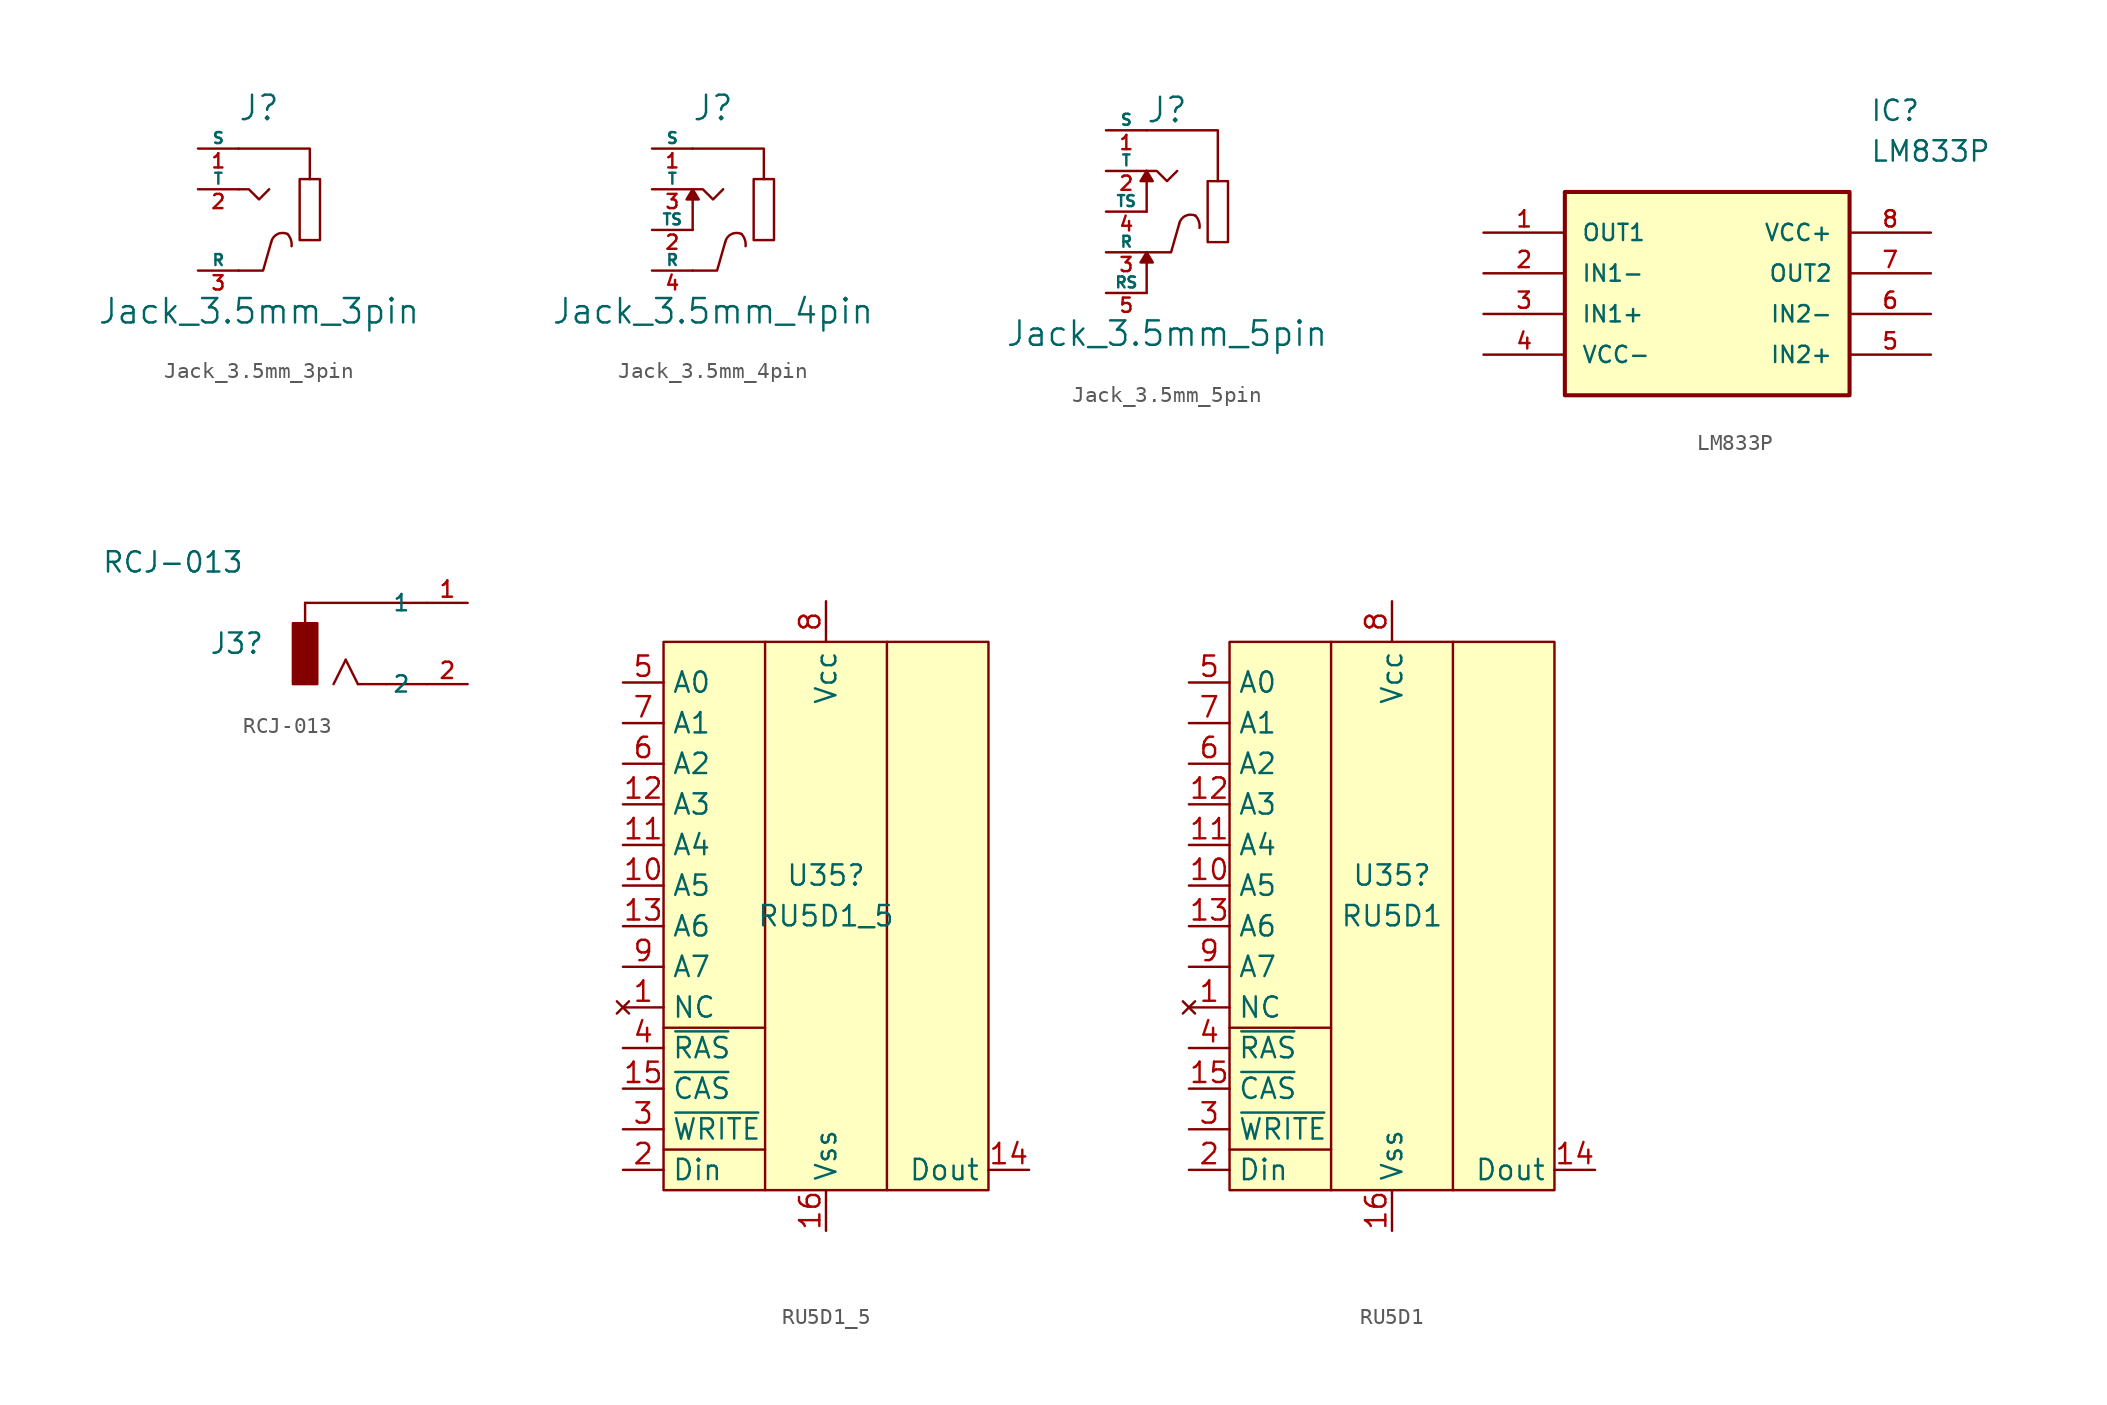
<source format=kicad_sym>
(kicad_symbol_lib
  (version 20211014)
  (generator kicad_symbol_editor)
  (symbol "Jack_3.5mm_3pin"
    (pin_names
      (offset 0))
    (property "Reference" "J"
      (at 0 6.35 0)
      (effects (font (size 1.524 1.524))))
    (property "Value" "Jack_3.5mm_3pin"
      (at 0 -6.35 0)
      (effects (font (size 1.524 1.524))))
    (property "Footprint" ""
      (at 0 0 0)
      (effects (font (size 1.524 1.524))))
    (property "Datasheet" ""
      (at 0 0 0)
      (effects (font (size 1.524 1.524))))
    (symbol "Jack_3.5mm_3pin_0_1"
      (polyline (pts (xy -1.27 3.81) (xy 3.175 3.81) (xy 3.175 1.905)) (stroke (width 0) (type default) (color 0 0 0 0)) (fill (type none)))
      (polyline (pts (xy 0.762 -2.032) (xy 0.254 -3.81) (xy -1.27 -3.81)) (stroke (width 0) (type default) (color 0 0 0 0)) (fill (type none)))
      (polyline (pts (xy -1.27 1.27) (xy -0.635 1.27) (xy 0 0.635) (xy 0.635 1.27)) (stroke (width 0) (type default) (color 0 0 0 0)) (fill (type none)))
      (arc (start 1.778 -1.524) (mid 1.1479 -1.5338) (end 0.762 -2.032) (stroke (width 0) (type default) (color 0 0 0 0)) (fill (type none)))
      (arc (start 2.032 -2.286) (mid 1.9875 -1.8775) (end 1.778 -1.524) (stroke (width 0) (type default) (color 0 0 0 0)) (fill (type none)))
      (rectangle (start 2.54 1.905) (end 3.81 -1.905) (stroke (width 0) (type default) (color 0 0 0 0)) (fill (type none))))
    (symbol "Jack_3.5mm_3pin_1_1"
      (pin passive line (at -3.81 3.81 0) (length 2.54) (name "S" (effects (font (size 0.686 0.686)))) (number "1" (effects (font (size 0.889 0.889)))))
      (pin passive line (at -3.81 1.27 0) (length 2.54) (name "T" (effects (font (size 0.686 0.686)))) (number "2" (effects (font (size 0.889 0.889)))))
      (pin passive line (at -3.81 -3.81 0) (length 2.54) (name "R" (effects (font (size 0.686 0.686)))) (number "3" (effects (font (size 0.889 0.889)))))))
  (symbol "Jack_3.5mm_4pin"
    (pin_names
      (offset 0))
    (property "Reference" "J"
      (at 0 6.35 0)
      (effects (font (size 1.524 1.524))))
    (property "Value" "Jack_3.5mm_4pin"
      (at 0 -6.35 0)
      (effects (font (size 1.524 1.524))))
    (property "Footprint" ""
      (at 0 0 0)
      (effects (font (size 1.524 1.524))))
    (property "Datasheet" ""
      (at 0 0 0)
      (effects (font (size 1.524 1.524))))
    (symbol "Jack_3.5mm_4pin_0_1"
      (polyline (pts (xy -1.27 -1.27) (xy -1.27 1.27)) (stroke (width 0) (type default) (color 0 0 0 0)) (fill (type none)))
      (polyline (pts (xy -1.27 3.81) (xy 3.175 3.81) (xy 3.175 1.905)) (stroke (width 0) (type default) (color 0 0 0 0)) (fill (type none)))
      (polyline (pts (xy 0.762 -2.032) (xy 0.254 -3.81) (xy -1.27 -3.81)) (stroke (width 0) (type default) (color 0 0 0 0)) (fill (type none)))
      (polyline (pts (xy -1.27 1.27) (xy -1.651 0.635) (xy -0.889 0.635) (xy -1.27 1.27)) (stroke (width 0) (type default) (color 0 0 0 0)) (fill (type outline)))
      (polyline (pts (xy -1.27 1.27) (xy -0.635 1.27) (xy 0 0.635) (xy 0.635 1.27)) (stroke (width 0) (type default) (color 0 0 0 0)) (fill (type none)))
      (arc (start 1.778 -1.524) (mid 1.1479 -1.5338) (end 0.762 -2.032) (stroke (width 0) (type default) (color 0 0 0 0)) (fill (type none)))
      (arc (start 2.032 -2.286) (mid 1.9875 -1.8775) (end 1.778 -1.524) (stroke (width 0) (type default) (color 0 0 0 0)) (fill (type none)))
      (rectangle (start 2.54 1.905) (end 3.81 -1.905) (stroke (width 0) (type default) (color 0 0 0 0)) (fill (type none))))
    (symbol "Jack_3.5mm_4pin_1_1"
      (pin passive line (at -3.81 3.81 0) (length 2.54) (name "S" (effects (font (size 0.686 0.686)))) (number "1" (effects (font (size 0.889 0.889)))))
      (pin passive line (at -3.81 -1.27 0) (length 2.54) (name "TS" (effects (font (size 0.686 0.686)))) (number "2" (effects (font (size 0.889 0.889)))))
      (pin passive line (at -3.81 1.27 0) (length 2.54) (name "T" (effects (font (size 0.686 0.686)))) (number "3" (effects (font (size 0.889 0.889)))))
      (pin passive line (at -3.81 -3.81 0) (length 2.54) (name "R" (effects (font (size 0.686 0.686)))) (number "4" (effects (font (size 0.889 0.889)))))))
  (symbol "Jack_3.5mm_5pin"
    (pin_names
      (offset 0))
    (property "Reference" "J"
      (at 0 6.35 0)
      (effects (font (size 1.524 1.524))))
    (property "Value" "Jack_3.5mm_5pin"
      (at 0 -7.62 0)
      (effects (font (size 1.524 1.524))))
    (property "Footprint" ""
      (at 0 1.27 0)
      (effects (font (size 1.524 1.524))))
    (property "Datasheet" ""
      (at 0 1.27 0)
      (effects (font (size 1.524 1.524))))
    (symbol "Jack_3.5mm_5pin_0_1"
      (polyline (pts (xy -1.27 -5.08) (xy -1.27 -2.54)) (stroke (width 0) (type default) (color 0 0 0 0)) (fill (type none)))
      (polyline (pts (xy -1.27 0) (xy -1.27 2.54)) (stroke (width 0) (type default) (color 0 0 0 0)) (fill (type none)))
      (polyline (pts (xy -1.27 5.08) (xy 3.175 5.08) (xy 3.175 1.905)) (stroke (width 0) (type default) (color 0 0 0 0)) (fill (type none)))
      (polyline (pts (xy 0.762 -0.762) (xy 0.254 -2.54) (xy -1.27 -2.54)) (stroke (width 0) (type default) (color 0 0 0 0)) (fill (type none)))
      (polyline (pts (xy -1.27 -2.54) (xy -1.651 -3.175) (xy -0.889 -3.175) (xy -1.27 -2.54)) (stroke (width 0) (type default) (color 0 0 0 0)) (fill (type outline)))
      (polyline (pts (xy -1.27 2.54) (xy -1.651 1.905) (xy -0.889 1.905) (xy -1.27 2.54)) (stroke (width 0) (type default) (color 0 0 0 0)) (fill (type outline)))
      (polyline (pts (xy -1.27 2.54) (xy -0.635 2.54) (xy 0 1.905) (xy 0.635 2.54)) (stroke (width 0) (type default) (color 0 0 0 0)) (fill (type none)))
      (arc (start 1.778 -0.254) (mid 1.1479 -0.2638) (end 0.762 -0.762) (stroke (width 0) (type default) (color 0 0 0 0)) (fill (type none)))
      (arc (start 2.032 -1.016) (mid 1.9875 -0.6075) (end 1.778 -0.254) (stroke (width 0) (type default) (color 0 0 0 0)) (fill (type none)))
      (rectangle (start 2.54 1.905) (end 3.81 -1.905) (stroke (width 0) (type default) (color 0 0 0 0)) (fill (type none))))
    (symbol "Jack_3.5mm_5pin_1_1"
      (pin passive line (at -3.81 5.08 0) (length 2.54) (name "S" (effects (font (size 0.686 0.686)))) (number "1" (effects (font (size 0.889 0.889)))))
      (pin passive line (at -3.81 2.54 0) (length 2.54) (name "T" (effects (font (size 0.686 0.686)))) (number "2" (effects (font (size 0.889 0.889)))))
      (pin passive line (at -3.81 -2.54 0) (length 2.54) (name "R" (effects (font (size 0.686 0.686)))) (number "3" (effects (font (size 0.889 0.889)))))
      (pin passive line (at -3.81 0 0) (length 2.54) (name "TS" (effects (font (size 0.686 0.686)))) (number "4" (effects (font (size 0.889 0.889)))))
      (pin passive line (at -3.81 -5.08 0) (length 2.54) (name "RS" (effects (font (size 0.686 0.686)))) (number "5" (effects (font (size 0.889 0.889)))))))
  (symbol "LM833P"
    (pin_names
      (offset 1.016))
    (property "Reference" "IC"
      (at 24.13 7.62 0)
      (effects (font (size 1.27 1.27)) (justify left)))
    (property "Value" "LM833P"
      (at 24.13 5.08 0)
      (effects (font (size 1.27 1.27)) (justify left)))
    (symbol "LM833P_0_0"
      (rectangle (start 5.08 -10.16) (end 22.86 2.54) (stroke (width 0.254) (type default) (color 0 0 0 0)) (fill (type background)))
      (pin output line (at 0 0 0) (length 5.08) (name "OUT1" (effects (font (size 1.016 1.016)))) (number "1" (effects (font (size 1.016 1.016)))))
      (pin input line (at 0 -2.54 0) (length 5.08) (name "IN1-" (effects (font (size 1.016 1.016)))) (number "2" (effects (font (size 1.016 1.016)))))
      (pin input line (at 0 -5.08 0) (length 5.08) (name "IN1+" (effects (font (size 1.016 1.016)))) (number "3" (effects (font (size 1.016 1.016)))))
      (pin power_in line (at 0 -7.62 0) (length 5.08) (name "VCC-" (effects (font (size 1.016 1.016)))) (number "4" (effects (font (size 1.016 1.016)))))
      (pin input line (at 27.94 -7.62 180) (length 5.08) (name "IN2+" (effects (font (size 1.016 1.016)))) (number "5" (effects (font (size 1.016 1.016)))))
      (pin input line (at 27.94 -5.08 180) (length 5.08) (name "IN2-" (effects (font (size 1.016 1.016)))) (number "6" (effects (font (size 1.016 1.016)))))
      (pin output line (at 27.94 -2.54 180) (length 5.08) (name "OUT2" (effects (font (size 1.016 1.016)))) (number "7" (effects (font (size 1.016 1.016)))))
      (pin power_in line (at 27.94 0 180) (length 5.08) (name "VCC+" (effects (font (size 1.016 1.016)))) (number "8" (effects (font (size 1.016 1.016)))))))
  (symbol "RCJ-013"
    (pin_names
      (offset 1.016))
    (property "Reference" "J3"
      (at -5.08 0 0)
      (effects (font (size 1.27 1.27)) (justify right)))
    (property "Value" "RCJ-013"
      (at -6.35 5.08 0)
      (effects (font (size 1.27 1.27)) (justify right)))
    (property "ki_locked" ""
      (at 0 0 0)
      (effects (font (size 1.27 1.27))))
    (symbol "RCJ-013_0_0"
      (rectangle (start -3.302 -2.54) (end -1.778 1.27) (stroke (width 0) (type default) (color 0 0 0 0)) (fill (type outline)))
      (polyline (pts (xy -2.54 2.54) (xy -2.54 1.27)) (stroke (width 0.152) (type default) (color 0 0 0 0)) (fill (type none)))
      (polyline (pts (xy 0 -1.016) (xy -0.762 -2.54)) (stroke (width 0.152) (type default) (color 0 0 0 0)) (fill (type none)))
      (polyline (pts (xy 0.762 -2.54) (xy 0 -1.016)) (stroke (width 0.152) (type default) (color 0 0 0 0)) (fill (type none)))
      (polyline (pts (xy 2.54 -2.54) (xy 0.762 -2.54)) (stroke (width 0.152) (type default) (color 0 0 0 0)) (fill (type none)))
      (polyline (pts (xy 5.08 -2.54) (xy 2.54 -2.54)) (stroke (width 0.152) (type default) (color 0 0 0 0)) (fill (type none)))
      (polyline (pts (xy 5.08 2.54) (xy -2.54 2.54)) (stroke (width 0.152) (type default) (color 0 0 0 0)) (fill (type none)))
      (pin passive line (at 7.62 2.54 180) (length 2.54) (name "1" (effects (font (size 1.016 1.016)))) (number "1" (effects (font (size 1.016 1.016)))))
      (pin passive line (at 7.62 -2.54 180) (length 2.54) (name "2" (effects (font (size 1.016 1.016)))) (number "2" (effects (font (size 1.016 1.016)))))))
  (symbol "RU5D1_5"
    (property "Reference" "U35"
      (at 3.81 -3.175 0)
      (effects (font (size 1.27 1.27))))
    (property "Value" "RU5D1_5"
      (at 3.81 -5.715 0)
      (effects (font (size 1.27 1.27))))
    (symbol "RU5D1_5_0_0"
      (pin no_connect line (at -8.89 -11.43 0) (length 2.54) (name "NC" (effects (font (size 1.27 1.27)))) (number "1" (effects (font (size 1.27 1.27)))))
      (pin bidirectional line (at -8.89 -3.81 0) (length 2.54) (name "A5" (effects (font (size 1.27 1.27)))) (number "10" (effects (font (size 1.27 1.27)))))
      (pin bidirectional line (at -8.89 -1.27 0) (length 2.54) (name "A4" (effects (font (size 1.27 1.27)))) (number "11" (effects (font (size 1.27 1.27)))))
      (pin bidirectional line (at -8.89 1.27 0) (length 2.54) (name "A3" (effects (font (size 1.27 1.27)))) (number "12" (effects (font (size 1.27 1.27)))))
      (pin bidirectional line (at -8.89 -6.35 0) (length 2.54) (name "A6" (effects (font (size 1.27 1.27)))) (number "13" (effects (font (size 1.27 1.27)))))
      (pin bidirectional line (at 16.51 -21.59 180) (length 2.54) (name "Dout" (effects (font (size 1.27 1.27)))) (number "14" (effects (font (size 1.27 1.27)))))
      (pin bidirectional line (at -8.89 -16.51 0) (length 2.54) (name "~{CAS}" (effects (font (size 1.27 1.27)))) (number "15" (effects (font (size 1.27 1.27)))))
      (pin power_in line (at 3.81 -25.4 90) (length 2.54) (name "Vss" (effects (font (size 1.27 1.27)))) (number "16" (effects (font (size 1.27 1.27)))))
      (pin bidirectional line (at -8.89 -21.59 0) (length 2.54) (name "Din" (effects (font (size 1.27 1.27)))) (number "2" (effects (font (size 1.27 1.27)))))
      (pin bidirectional line (at -8.89 -19.05 0) (length 2.54) (name "~{WRITE}" (effects (font (size 1.27 1.27)))) (number "3" (effects (font (size 1.27 1.27)))))
      (pin bidirectional line (at -8.89 -13.97 0) (length 2.54) (name "~{RAS}" (effects (font (size 1.27 1.27)))) (number "4" (effects (font (size 1.27 1.27)))))
      (pin bidirectional line (at -8.89 8.89 0) (length 2.54) (name "A0" (effects (font (size 1.27 1.27)))) (number "5" (effects (font (size 1.27 1.27)))))
      (pin bidirectional line (at -8.89 3.81 0) (length 2.54) (name "A2" (effects (font (size 1.27 1.27)))) (number "6" (effects (font (size 1.27 1.27)))))
      (pin bidirectional line (at -8.89 6.35 0) (length 2.54) (name "A1" (effects (font (size 1.27 1.27)))) (number "7" (effects (font (size 1.27 1.27)))))
      (pin power_in line (at 3.81 13.97 270) (length 2.54) (name "Vcc" (effects (font (size 1.27 1.27)))) (number "8" (effects (font (size 1.27 1.27)))))
      (pin bidirectional line (at -8.89 -8.89 0) (length 2.54) (name "A7" (effects (font (size 1.27 1.27)))) (number "9" (effects (font (size 1.27 1.27))))))
    (symbol "RU5D1_5_0_1"
      (rectangle (start -6.35 11.43) (end 13.97 -22.86) (stroke (width 0) (type default) (color 0 0 0 0)) (fill (type background)))
      (polyline (pts (xy -6.35 -20.32) (xy 0 -20.32)) (stroke (width 0) (type default) (color 0 0 0 0)) (fill (type none)))
      (polyline (pts (xy -6.35 -12.7) (xy 0 -12.7)) (stroke (width 0) (type default) (color 0 0 0 0)) (fill (type none)))
      (polyline (pts (xy 0 -22.86) (xy 0 11.43)) (stroke (width 0) (type default) (color 0 0 0 0)) (fill (type none)))
      (polyline (pts (xy 7.62 -22.86) (xy 7.62 11.43)) (stroke (width 0) (type default) (color 0 0 0 0)) (fill (type none)))))
  (symbol "RU5D1"
    (property "Reference" "U35"
      (at 3.81 -3.175 0)
      (effects (font (size 1.27 1.27))))
    (property "Value" "RU5D1"
      (at 3.81 -5.715 0)
      (effects (font (size 1.27 1.27))))
    (symbol "RU5D1_0_0"
      (pin no_connect line (at -8.89 -11.43 0) (length 2.54) (name "NC" (effects (font (size 1.27 1.27)))) (number "1" (effects (font (size 1.27 1.27)))))
      (pin bidirectional line (at -8.89 -3.81 0) (length 2.54) (name "A5" (effects (font (size 1.27 1.27)))) (number "10" (effects (font (size 1.27 1.27)))))
      (pin bidirectional line (at -8.89 -1.27 0) (length 2.54) (name "A4" (effects (font (size 1.27 1.27)))) (number "11" (effects (font (size 1.27 1.27)))))
      (pin bidirectional line (at -8.89 1.27 0) (length 2.54) (name "A3" (effects (font (size 1.27 1.27)))) (number "12" (effects (font (size 1.27 1.27)))))
      (pin bidirectional line (at -8.89 -6.35 0) (length 2.54) (name "A6" (effects (font (size 1.27 1.27)))) (number "13" (effects (font (size 1.27 1.27)))))
      (pin bidirectional line (at 16.51 -21.59 180) (length 2.54) (name "Dout" (effects (font (size 1.27 1.27)))) (number "14" (effects (font (size 1.27 1.27)))))
      (pin bidirectional line (at -8.89 -16.51 0) (length 2.54) (name "~{CAS}" (effects (font (size 1.27 1.27)))) (number "15" (effects (font (size 1.27 1.27)))))
      (pin power_in line (at 3.81 -25.4 90) (length 2.54) (name "Vss" (effects (font (size 1.27 1.27)))) (number "16" (effects (font (size 1.27 1.27)))))
      (pin bidirectional line (at -8.89 -21.59 0) (length 2.54) (name "Din" (effects (font (size 1.27 1.27)))) (number "2" (effects (font (size 1.27 1.27)))))
      (pin bidirectional line (at -8.89 -19.05 0) (length 2.54) (name "~{WRITE}" (effects (font (size 1.27 1.27)))) (number "3" (effects (font (size 1.27 1.27)))))
      (pin bidirectional line (at -8.89 -13.97 0) (length 2.54) (name "~{RAS}" (effects (font (size 1.27 1.27)))) (number "4" (effects (font (size 1.27 1.27)))))
      (pin bidirectional line (at -8.89 8.89 0) (length 2.54) (name "A0" (effects (font (size 1.27 1.27)))) (number "5" (effects (font (size 1.27 1.27)))))
      (pin bidirectional line (at -8.89 3.81 0) (length 2.54) (name "A2" (effects (font (size 1.27 1.27)))) (number "6" (effects (font (size 1.27 1.27)))))
      (pin bidirectional line (at -8.89 6.35 0) (length 2.54) (name "A1" (effects (font (size 1.27 1.27)))) (number "7" (effects (font (size 1.27 1.27)))))
      (pin power_in line (at 3.81 13.97 270) (length 2.54) (name "Vcc" (effects (font (size 1.27 1.27)))) (number "8" (effects (font (size 1.27 1.27)))))
      (pin bidirectional line (at -8.89 -8.89 0) (length 2.54) (name "A7" (effects (font (size 1.27 1.27)))) (number "9" (effects (font (size 1.27 1.27))))))
    (symbol "RU5D1_0_1"
      (rectangle (start -6.35 11.43) (end 13.97 -22.86) (stroke (width 0) (type default) (color 0 0 0 0)) (fill (type background)))
      (polyline (pts (xy -6.35 -20.32) (xy 0 -20.32)) (stroke (width 0) (type default) (color 0 0 0 0)) (fill (type none)))
      (polyline (pts (xy -6.35 -12.7) (xy 0 -12.7)) (stroke (width 0) (type default) (color 0 0 0 0)) (fill (type none)))
      (polyline (pts (xy 0 -22.86) (xy 0 11.43)) (stroke (width 0) (type default) (color 0 0 0 0)) (fill (type none)))
      (polyline (pts (xy 7.62 -22.86) (xy 7.62 11.43)) (stroke (width 0) (type default) (color 0 0 0 0)) (fill (type none))))))
</source>
